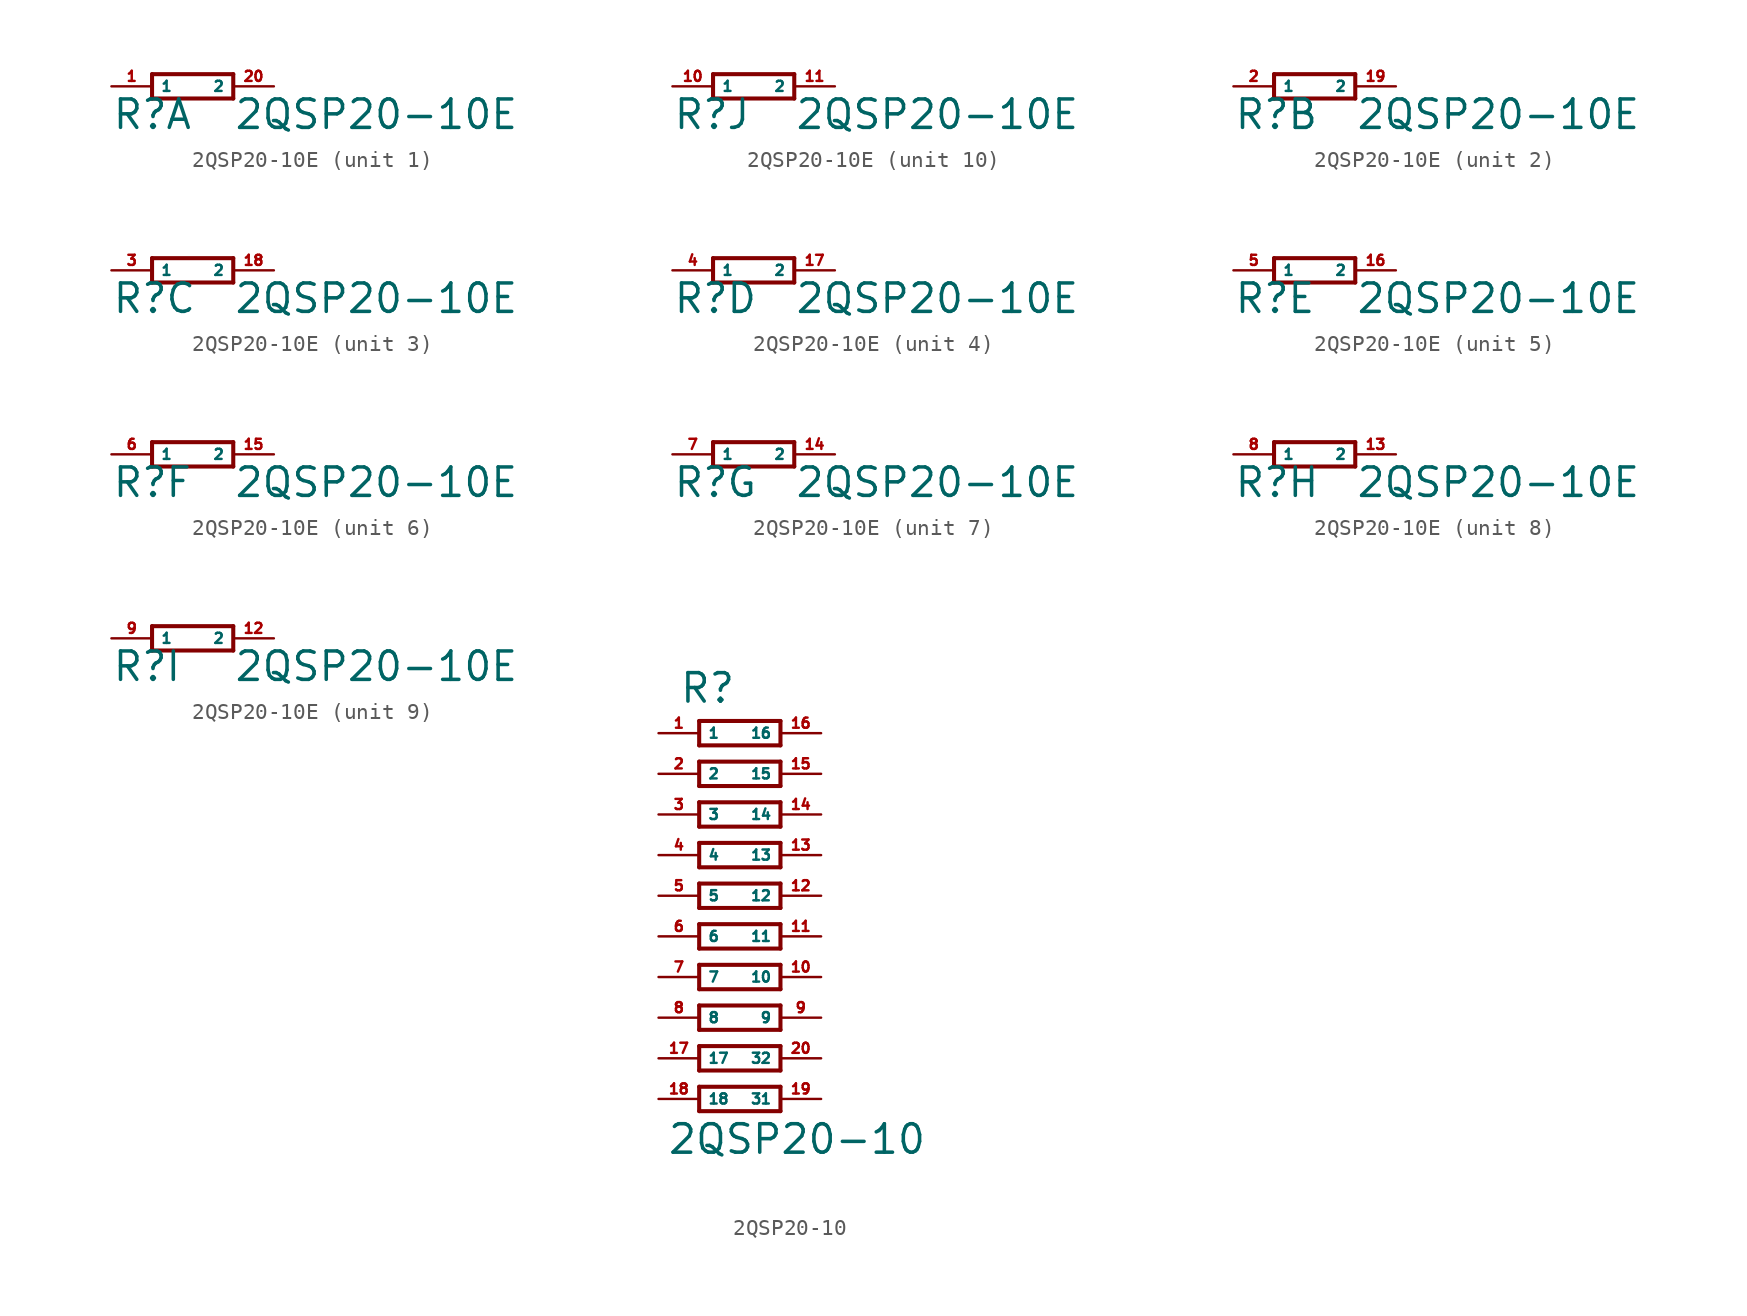
<source format=kicad_sym>
(kicad_symbol_lib
  (version 20220914)
  (generator Eagle2Kicad)
  (symbol "2QSP20-10E"
    (property "Reference" "R"
      (at -5.08 -2.794 0)
      (effects (font (size 1.778 1.778) (thickness 0.22)) (justify left bottom)))
    (property "Value" "2QSP20-10E"
      (at 2.54 -2.794 0)
      (effects (font (size 1.778 1.778) (thickness 0.22)) (justify left bottom)))
    (symbol "2QSP20-10E_1_0"
      (polyline (pts (xy -2.54 -0.762) (xy 2.54 -0.762)) (stroke (width 0.254) (type default)) (fill (type none)))
      (polyline (pts (xy 2.54 0.762) (xy -2.54 0.762)) (stroke (width 0.254) (type default)) (fill (type none)))
      (polyline (pts (xy 2.54 -0.762) (xy 2.54 0.762)) (stroke (width 0.254) (type default)) (fill (type none)))
      (polyline (pts (xy -2.54 0.762) (xy -2.54 -0.762)) (stroke (width 0.254) (type default)) (fill (type none)))
      (pin passive line (at -5.08 0 0) (length 2.54) (name "1" (effects (font (size 0.635 0.635) (thickness 0.08)) (justify left bottom))) (number "1" (effects (font (size 0.635 0.635) (thickness 0.08)) (justify left bottom))))
      (pin passive line (at 5.08 0 180) (length 2.54) (name "2" (effects (font (size 0.635 0.635) (thickness 0.08)) (justify left bottom))) (number "20" (effects (font (size 0.635 0.635) (thickness 0.08)) (justify left bottom)))))
    (symbol "2QSP20-10E_2_0"
      (polyline (pts (xy -2.54 -0.762) (xy 2.54 -0.762)) (stroke (width 0.254) (type default)) (fill (type none)))
      (polyline (pts (xy 2.54 0.762) (xy -2.54 0.762)) (stroke (width 0.254) (type default)) (fill (type none)))
      (polyline (pts (xy 2.54 -0.762) (xy 2.54 0.762)) (stroke (width 0.254) (type default)) (fill (type none)))
      (polyline (pts (xy -2.54 0.762) (xy -2.54 -0.762)) (stroke (width 0.254) (type default)) (fill (type none)))
      (pin passive line (at -5.08 0 0) (length 2.54) (name "1" (effects (font (size 0.635 0.635) (thickness 0.08)) (justify left bottom))) (number "2" (effects (font (size 0.635 0.635) (thickness 0.08)) (justify left bottom))))
      (pin passive line (at 5.08 0 180) (length 2.54) (name "2" (effects (font (size 0.635 0.635) (thickness 0.08)) (justify left bottom))) (number "19" (effects (font (size 0.635 0.635) (thickness 0.08)) (justify left bottom)))))
    (symbol "2QSP20-10E_3_0"
      (polyline (pts (xy -2.54 -0.762) (xy 2.54 -0.762)) (stroke (width 0.254) (type default)) (fill (type none)))
      (polyline (pts (xy 2.54 0.762) (xy -2.54 0.762)) (stroke (width 0.254) (type default)) (fill (type none)))
      (polyline (pts (xy 2.54 -0.762) (xy 2.54 0.762)) (stroke (width 0.254) (type default)) (fill (type none)))
      (polyline (pts (xy -2.54 0.762) (xy -2.54 -0.762)) (stroke (width 0.254) (type default)) (fill (type none)))
      (pin passive line (at -5.08 0 0) (length 2.54) (name "1" (effects (font (size 0.635 0.635) (thickness 0.08)) (justify left bottom))) (number "3" (effects (font (size 0.635 0.635) (thickness 0.08)) (justify left bottom))))
      (pin passive line (at 5.08 0 180) (length 2.54) (name "2" (effects (font (size 0.635 0.635) (thickness 0.08)) (justify left bottom))) (number "18" (effects (font (size 0.635 0.635) (thickness 0.08)) (justify left bottom)))))
    (symbol "2QSP20-10E_4_0"
      (polyline (pts (xy -2.54 -0.762) (xy 2.54 -0.762)) (stroke (width 0.254) (type default)) (fill (type none)))
      (polyline (pts (xy 2.54 0.762) (xy -2.54 0.762)) (stroke (width 0.254) (type default)) (fill (type none)))
      (polyline (pts (xy 2.54 -0.762) (xy 2.54 0.762)) (stroke (width 0.254) (type default)) (fill (type none)))
      (polyline (pts (xy -2.54 0.762) (xy -2.54 -0.762)) (stroke (width 0.254) (type default)) (fill (type none)))
      (pin passive line (at -5.08 0 0) (length 2.54) (name "1" (effects (font (size 0.635 0.635) (thickness 0.08)) (justify left bottom))) (number "4" (effects (font (size 0.635 0.635) (thickness 0.08)) (justify left bottom))))
      (pin passive line (at 5.08 0 180) (length 2.54) (name "2" (effects (font (size 0.635 0.635) (thickness 0.08)) (justify left bottom))) (number "17" (effects (font (size 0.635 0.635) (thickness 0.08)) (justify left bottom)))))
    (symbol "2QSP20-10E_5_0"
      (polyline (pts (xy -2.54 -0.762) (xy 2.54 -0.762)) (stroke (width 0.254) (type default)) (fill (type none)))
      (polyline (pts (xy 2.54 0.762) (xy -2.54 0.762)) (stroke (width 0.254) (type default)) (fill (type none)))
      (polyline (pts (xy 2.54 -0.762) (xy 2.54 0.762)) (stroke (width 0.254) (type default)) (fill (type none)))
      (polyline (pts (xy -2.54 0.762) (xy -2.54 -0.762)) (stroke (width 0.254) (type default)) (fill (type none)))
      (pin passive line (at -5.08 0 0) (length 2.54) (name "1" (effects (font (size 0.635 0.635) (thickness 0.08)) (justify left bottom))) (number "5" (effects (font (size 0.635 0.635) (thickness 0.08)) (justify left bottom))))
      (pin passive line (at 5.08 0 180) (length 2.54) (name "2" (effects (font (size 0.635 0.635) (thickness 0.08)) (justify left bottom))) (number "16" (effects (font (size 0.635 0.635) (thickness 0.08)) (justify left bottom)))))
    (symbol "2QSP20-10E_6_0"
      (polyline (pts (xy -2.54 -0.762) (xy 2.54 -0.762)) (stroke (width 0.254) (type default)) (fill (type none)))
      (polyline (pts (xy 2.54 0.762) (xy -2.54 0.762)) (stroke (width 0.254) (type default)) (fill (type none)))
      (polyline (pts (xy 2.54 -0.762) (xy 2.54 0.762)) (stroke (width 0.254) (type default)) (fill (type none)))
      (polyline (pts (xy -2.54 0.762) (xy -2.54 -0.762)) (stroke (width 0.254) (type default)) (fill (type none)))
      (pin passive line (at -5.08 0 0) (length 2.54) (name "1" (effects (font (size 0.635 0.635) (thickness 0.08)) (justify left bottom))) (number "6" (effects (font (size 0.635 0.635) (thickness 0.08)) (justify left bottom))))
      (pin passive line (at 5.08 0 180) (length 2.54) (name "2" (effects (font (size 0.635 0.635) (thickness 0.08)) (justify left bottom))) (number "15" (effects (font (size 0.635 0.635) (thickness 0.08)) (justify left bottom)))))
    (symbol "2QSP20-10E_7_0"
      (polyline (pts (xy -2.54 -0.762) (xy 2.54 -0.762)) (stroke (width 0.254) (type default)) (fill (type none)))
      (polyline (pts (xy 2.54 0.762) (xy -2.54 0.762)) (stroke (width 0.254) (type default)) (fill (type none)))
      (polyline (pts (xy 2.54 -0.762) (xy 2.54 0.762)) (stroke (width 0.254) (type default)) (fill (type none)))
      (polyline (pts (xy -2.54 0.762) (xy -2.54 -0.762)) (stroke (width 0.254) (type default)) (fill (type none)))
      (pin passive line (at -5.08 0 0) (length 2.54) (name "1" (effects (font (size 0.635 0.635) (thickness 0.08)) (justify left bottom))) (number "7" (effects (font (size 0.635 0.635) (thickness 0.08)) (justify left bottom))))
      (pin passive line (at 5.08 0 180) (length 2.54) (name "2" (effects (font (size 0.635 0.635) (thickness 0.08)) (justify left bottom))) (number "14" (effects (font (size 0.635 0.635) (thickness 0.08)) (justify left bottom)))))
    (symbol "2QSP20-10E_8_0"
      (polyline (pts (xy -2.54 -0.762) (xy 2.54 -0.762)) (stroke (width 0.254) (type default)) (fill (type none)))
      (polyline (pts (xy 2.54 0.762) (xy -2.54 0.762)) (stroke (width 0.254) (type default)) (fill (type none)))
      (polyline (pts (xy 2.54 -0.762) (xy 2.54 0.762)) (stroke (width 0.254) (type default)) (fill (type none)))
      (polyline (pts (xy -2.54 0.762) (xy -2.54 -0.762)) (stroke (width 0.254) (type default)) (fill (type none)))
      (pin passive line (at -5.08 0 0) (length 2.54) (name "1" (effects (font (size 0.635 0.635) (thickness 0.08)) (justify left bottom))) (number "8" (effects (font (size 0.635 0.635) (thickness 0.08)) (justify left bottom))))
      (pin passive line (at 5.08 0 180) (length 2.54) (name "2" (effects (font (size 0.635 0.635) (thickness 0.08)) (justify left bottom))) (number "13" (effects (font (size 0.635 0.635) (thickness 0.08)) (justify left bottom)))))
    (symbol "2QSP20-10E_9_0"
      (polyline (pts (xy -2.54 -0.762) (xy 2.54 -0.762)) (stroke (width 0.254) (type default)) (fill (type none)))
      (polyline (pts (xy 2.54 0.762) (xy -2.54 0.762)) (stroke (width 0.254) (type default)) (fill (type none)))
      (polyline (pts (xy 2.54 -0.762) (xy 2.54 0.762)) (stroke (width 0.254) (type default)) (fill (type none)))
      (polyline (pts (xy -2.54 0.762) (xy -2.54 -0.762)) (stroke (width 0.254) (type default)) (fill (type none)))
      (pin passive line (at -5.08 0 0) (length 2.54) (name "1" (effects (font (size 0.635 0.635) (thickness 0.08)) (justify left bottom))) (number "9" (effects (font (size 0.635 0.635) (thickness 0.08)) (justify left bottom))))
      (pin passive line (at 5.08 0 180) (length 2.54) (name "2" (effects (font (size 0.635 0.635) (thickness 0.08)) (justify left bottom))) (number "12" (effects (font (size 0.635 0.635) (thickness 0.08)) (justify left bottom)))))
    (symbol "2QSP20-10E_10_0"
      (polyline (pts (xy -2.54 -0.762) (xy 2.54 -0.762)) (stroke (width 0.254) (type default)) (fill (type none)))
      (polyline (pts (xy 2.54 0.762) (xy -2.54 0.762)) (stroke (width 0.254) (type default)) (fill (type none)))
      (polyline (pts (xy 2.54 -0.762) (xy 2.54 0.762)) (stroke (width 0.254) (type default)) (fill (type none)))
      (polyline (pts (xy -2.54 0.762) (xy -2.54 -0.762)) (stroke (width 0.254) (type default)) (fill (type none)))
      (pin passive line (at -5.08 0 0) (length 2.54) (name "1" (effects (font (size 0.635 0.635) (thickness 0.08)) (justify left bottom))) (number "10" (effects (font (size 0.635 0.635) (thickness 0.08)) (justify left bottom))))
      (pin passive line (at 5.08 0 180) (length 2.54) (name "2" (effects (font (size 0.635 0.635) (thickness 0.08)) (justify left bottom))) (number "11" (effects (font (size 0.635 0.635) (thickness 0.08)) (justify left bottom))))))
  (symbol "2QSP20-10"
    (property "Reference" "R"
      (at -3.81 11.938 0)
      (effects (font (size 1.778 1.778) (thickness 0.22)) (justify left bottom)))
    (property "Value" "2QSP20-10"
      (at -4.572 -16.256 0)
      (effects (font (size 1.778 1.778) (thickness 0.22)) (justify left bottom)))
    (polyline
      (pts (xy -2.54 10.922) (xy -2.54 9.398))
      (stroke (width 0.254) (type default))
      (fill (type none)))
    (polyline
      (pts (xy -2.54 9.398) (xy 2.54 9.398))
      (stroke (width 0.254) (type default))
      (fill (type none)))
    (polyline
      (pts (xy 2.54 9.398) (xy 2.54 10.922))
      (stroke (width 0.254) (type default))
      (fill (type none)))
    (polyline
      (pts (xy 2.54 10.922) (xy -2.54 10.922))
      (stroke (width 0.254) (type default))
      (fill (type none)))
    (polyline
      (pts (xy -2.54 8.382) (xy -2.54 6.858))
      (stroke (width 0.254) (type default))
      (fill (type none)))
    (polyline
      (pts (xy -2.54 6.858) (xy 2.54 6.858))
      (stroke (width 0.254) (type default))
      (fill (type none)))
    (polyline
      (pts (xy 2.54 6.858) (xy 2.54 8.382))
      (stroke (width 0.254) (type default))
      (fill (type none)))
    (polyline
      (pts (xy 2.54 8.382) (xy -2.54 8.382))
      (stroke (width 0.254) (type default))
      (fill (type none)))
    (polyline
      (pts (xy -2.54 5.842) (xy -2.54 4.318))
      (stroke (width 0.254) (type default))
      (fill (type none)))
    (polyline
      (pts (xy -2.54 4.318) (xy 2.54 4.318))
      (stroke (width 0.254) (type default))
      (fill (type none)))
    (polyline
      (pts (xy 2.54 4.318) (xy 2.54 5.842))
      (stroke (width 0.254) (type default))
      (fill (type none)))
    (polyline
      (pts (xy 2.54 5.842) (xy -2.54 5.842))
      (stroke (width 0.254) (type default))
      (fill (type none)))
    (polyline
      (pts (xy -2.54 3.302) (xy -2.54 1.778))
      (stroke (width 0.254) (type default))
      (fill (type none)))
    (polyline
      (pts (xy -2.54 1.778) (xy 2.54 1.778))
      (stroke (width 0.254) (type default))
      (fill (type none)))
    (polyline
      (pts (xy 2.54 1.778) (xy 2.54 3.302))
      (stroke (width 0.254) (type default))
      (fill (type none)))
    (polyline
      (pts (xy 2.54 3.302) (xy -2.54 3.302))
      (stroke (width 0.254) (type default))
      (fill (type none)))
    (polyline
      (pts (xy -2.54 0.762) (xy -2.54 -0.762))
      (stroke (width 0.254) (type default))
      (fill (type none)))
    (polyline
      (pts (xy -2.54 -0.762) (xy 2.54 -0.762))
      (stroke (width 0.254) (type default))
      (fill (type none)))
    (polyline
      (pts (xy 2.54 -0.762) (xy 2.54 0.762))
      (stroke (width 0.254) (type default))
      (fill (type none)))
    (polyline
      (pts (xy 2.54 0.762) (xy -2.54 0.762))
      (stroke (width 0.254) (type default))
      (fill (type none)))
    (polyline
      (pts (xy -2.54 -1.778) (xy -2.54 -3.302))
      (stroke (width 0.254) (type default))
      (fill (type none)))
    (polyline
      (pts (xy -2.54 -3.302) (xy 2.54 -3.302))
      (stroke (width 0.254) (type default))
      (fill (type none)))
    (polyline
      (pts (xy 2.54 -3.302) (xy 2.54 -1.778))
      (stroke (width 0.254) (type default))
      (fill (type none)))
    (polyline
      (pts (xy 2.54 -1.778) (xy -2.54 -1.778))
      (stroke (width 0.254) (type default))
      (fill (type none)))
    (polyline
      (pts (xy -2.54 -4.318) (xy -2.54 -5.842))
      (stroke (width 0.254) (type default))
      (fill (type none)))
    (polyline
      (pts (xy -2.54 -5.842) (xy 2.54 -5.842))
      (stroke (width 0.254) (type default))
      (fill (type none)))
    (polyline
      (pts (xy 2.54 -5.842) (xy 2.54 -4.318))
      (stroke (width 0.254) (type default))
      (fill (type none)))
    (polyline
      (pts (xy 2.54 -4.318) (xy -2.54 -4.318))
      (stroke (width 0.254) (type default))
      (fill (type none)))
    (polyline
      (pts (xy -2.54 -6.858) (xy -2.54 -8.382))
      (stroke (width 0.254) (type default))
      (fill (type none)))
    (polyline
      (pts (xy -2.54 -8.382) (xy 2.54 -8.382))
      (stroke (width 0.254) (type default))
      (fill (type none)))
    (polyline
      (pts (xy 2.54 -8.382) (xy 2.54 -6.858))
      (stroke (width 0.254) (type default))
      (fill (type none)))
    (polyline
      (pts (xy 2.54 -6.858) (xy -2.54 -6.858))
      (stroke (width 0.254) (type default))
      (fill (type none)))
    (polyline
      (pts (xy -2.54 -9.398) (xy -2.54 -10.922))
      (stroke (width 0.254) (type default))
      (fill (type none)))
    (polyline
      (pts (xy -2.54 -10.922) (xy 2.54 -10.922))
      (stroke (width 0.254) (type default))
      (fill (type none)))
    (polyline
      (pts (xy 2.54 -10.922) (xy 2.54 -9.398))
      (stroke (width 0.254) (type default))
      (fill (type none)))
    (polyline
      (pts (xy 2.54 -9.398) (xy -2.54 -9.398))
      (stroke (width 0.254) (type default))
      (fill (type none)))
    (polyline
      (pts (xy -2.54 -11.938) (xy -2.54 -13.462))
      (stroke (width 0.254) (type default))
      (fill (type none)))
    (polyline
      (pts (xy -2.54 -13.462) (xy 2.54 -13.462))
      (stroke (width 0.254) (type default))
      (fill (type none)))
    (polyline
      (pts (xy 2.54 -13.462) (xy 2.54 -11.938))
      (stroke (width 0.254) (type default))
      (fill (type none)))
    (polyline
      (pts (xy 2.54 -11.938) (xy -2.54 -11.938))
      (stroke (width 0.254) (type default))
      (fill (type none)))
    (pin passive line
      (at -5.08 10.16 0)
      (length 2.54)
      (name "1" (effects (font (size 0.635 0.635) (thickness 0.08)) (justify left bottom)))
      (number "1" (effects (font (size 0.635 0.635) (thickness 0.08)) (justify left bottom))))
    (pin passive line
      (at -5.08 7.62 0)
      (length 2.54)
      (name "2" (effects (font (size 0.635 0.635) (thickness 0.08)) (justify left bottom)))
      (number "2" (effects (font (size 0.635 0.635) (thickness 0.08)) (justify left bottom))))
    (pin passive line
      (at -5.08 5.08 0)
      (length 2.54)
      (name "3" (effects (font (size 0.635 0.635) (thickness 0.08)) (justify left bottom)))
      (number "3" (effects (font (size 0.635 0.635) (thickness 0.08)) (justify left bottom))))
    (pin passive line
      (at -5.08 2.54 0)
      (length 2.54)
      (name "4" (effects (font (size 0.635 0.635) (thickness 0.08)) (justify left bottom)))
      (number "4" (effects (font (size 0.635 0.635) (thickness 0.08)) (justify left bottom))))
    (pin passive line
      (at -5.08 0 0)
      (length 2.54)
      (name "5" (effects (font (size 0.635 0.635) (thickness 0.08)) (justify left bottom)))
      (number "5" (effects (font (size 0.635 0.635) (thickness 0.08)) (justify left bottom))))
    (pin passive line
      (at -5.08 -2.54 0)
      (length 2.54)
      (name "6" (effects (font (size 0.635 0.635) (thickness 0.08)) (justify left bottom)))
      (number "6" (effects (font (size 0.635 0.635) (thickness 0.08)) (justify left bottom))))
    (pin passive line
      (at -5.08 -5.08 0)
      (length 2.54)
      (name "7" (effects (font (size 0.635 0.635) (thickness 0.08)) (justify left bottom)))
      (number "7" (effects (font (size 0.635 0.635) (thickness 0.08)) (justify left bottom))))
    (pin passive line
      (at -5.08 -7.62 0)
      (length 2.54)
      (name "8" (effects (font (size 0.635 0.635) (thickness 0.08)) (justify left bottom)))
      (number "8" (effects (font (size 0.635 0.635) (thickness 0.08)) (justify left bottom))))
    (pin passive line
      (at 5.08 -7.62 180)
      (length 2.54)
      (name "9" (effects (font (size 0.635 0.635) (thickness 0.08)) (justify left bottom)))
      (number "9" (effects (font (size 0.635 0.635) (thickness 0.08)) (justify left bottom))))
    (pin passive line
      (at 5.08 -5.08 180)
      (length 2.54)
      (name "10" (effects (font (size 0.635 0.635) (thickness 0.08)) (justify left bottom)))
      (number "10" (effects (font (size 0.635 0.635) (thickness 0.08)) (justify left bottom))))
    (pin passive line
      (at 5.08 -2.54 180)
      (length 2.54)
      (name "11" (effects (font (size 0.635 0.635) (thickness 0.08)) (justify left bottom)))
      (number "11" (effects (font (size 0.635 0.635) (thickness 0.08)) (justify left bottom))))
    (pin passive line
      (at 5.08 0 180)
      (length 2.54)
      (name "12" (effects (font (size 0.635 0.635) (thickness 0.08)) (justify left bottom)))
      (number "12" (effects (font (size 0.635 0.635) (thickness 0.08)) (justify left bottom))))
    (pin passive line
      (at 5.08 2.54 180)
      (length 2.54)
      (name "13" (effects (font (size 0.635 0.635) (thickness 0.08)) (justify left bottom)))
      (number "13" (effects (font (size 0.635 0.635) (thickness 0.08)) (justify left bottom))))
    (pin passive line
      (at 5.08 5.08 180)
      (length 2.54)
      (name "14" (effects (font (size 0.635 0.635) (thickness 0.08)) (justify left bottom)))
      (number "14" (effects (font (size 0.635 0.635) (thickness 0.08)) (justify left bottom))))
    (pin passive line
      (at 5.08 7.62 180)
      (length 2.54)
      (name "15" (effects (font (size 0.635 0.635) (thickness 0.08)) (justify left bottom)))
      (number "15" (effects (font (size 0.635 0.635) (thickness 0.08)) (justify left bottom))))
    (pin passive line
      (at 5.08 10.16 180)
      (length 2.54)
      (name "16" (effects (font (size 0.635 0.635) (thickness 0.08)) (justify left bottom)))
      (number "16" (effects (font (size 0.635 0.635) (thickness 0.08)) (justify left bottom))))
    (pin passive line
      (at -5.08 -10.16 0)
      (length 2.54)
      (name "17" (effects (font (size 0.635 0.635) (thickness 0.08)) (justify left bottom)))
      (number "17" (effects (font (size 0.635 0.635) (thickness 0.08)) (justify left bottom))))
    (pin passive line
      (at -5.08 -12.7 0)
      (length 2.54)
      (name "18" (effects (font (size 0.635 0.635) (thickness 0.08)) (justify left bottom)))
      (number "18" (effects (font (size 0.635 0.635) (thickness 0.08)) (justify left bottom))))
    (pin passive line
      (at 5.08 -12.7 180)
      (length 2.54)
      (name "31" (effects (font (size 0.635 0.635) (thickness 0.08)) (justify left bottom)))
      (number "19" (effects (font (size 0.635 0.635) (thickness 0.08)) (justify left bottom))))
    (pin passive line
      (at 5.08 -10.16 180)
      (length 2.54)
      (name "32" (effects (font (size 0.635 0.635) (thickness 0.08)) (justify left bottom)))
      (number "20" (effects (font (size 0.635 0.635) (thickness 0.08)) (justify left bottom))))))
</source>
